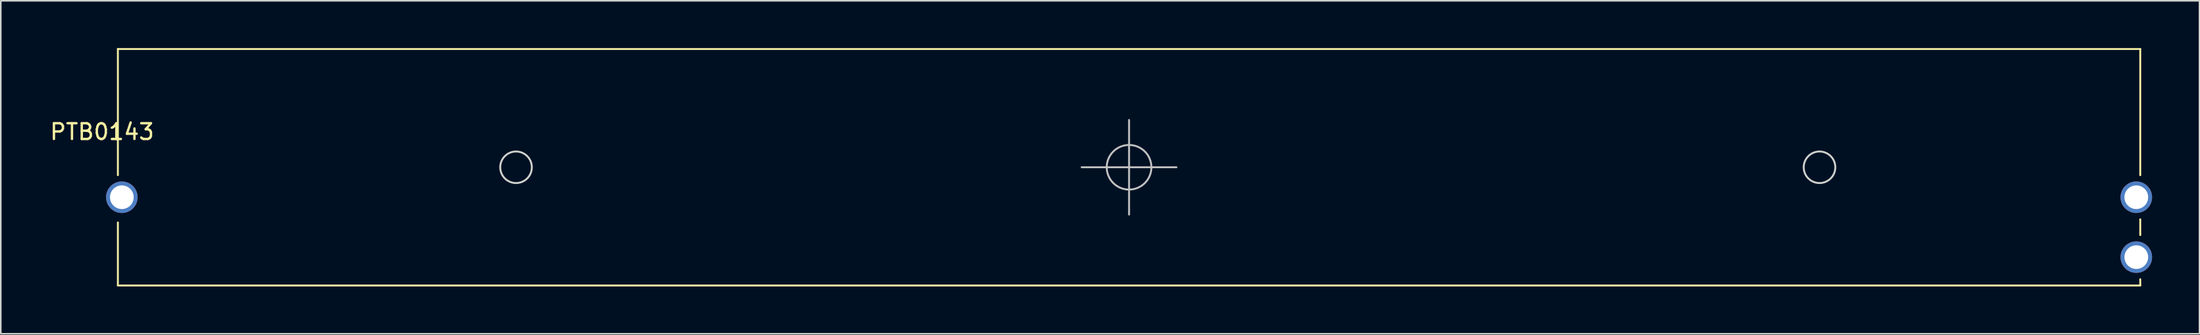
<source format=kicad_pcb>
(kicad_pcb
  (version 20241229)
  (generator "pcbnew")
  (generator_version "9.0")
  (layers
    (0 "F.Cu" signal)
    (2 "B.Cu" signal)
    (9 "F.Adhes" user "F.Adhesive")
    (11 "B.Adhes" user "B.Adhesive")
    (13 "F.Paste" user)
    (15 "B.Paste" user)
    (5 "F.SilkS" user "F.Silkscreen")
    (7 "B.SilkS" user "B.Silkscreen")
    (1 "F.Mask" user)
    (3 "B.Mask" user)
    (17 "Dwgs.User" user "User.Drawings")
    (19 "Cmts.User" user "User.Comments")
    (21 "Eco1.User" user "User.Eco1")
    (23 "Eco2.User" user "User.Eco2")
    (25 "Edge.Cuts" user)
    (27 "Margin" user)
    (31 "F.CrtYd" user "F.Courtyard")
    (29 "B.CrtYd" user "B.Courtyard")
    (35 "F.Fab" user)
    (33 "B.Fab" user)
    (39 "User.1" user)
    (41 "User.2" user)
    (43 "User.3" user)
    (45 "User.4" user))
  (footprint "PTB0143"
    (layer "F.Cu")
    (at 68.411 7.56)
    (property "Reference" "PTB0143" (at -65 -2.25 0) (unlocked yes) (layer "F.SilkS") (effects (font (size 1 1) (thickness 0.15))))
    (attr through_hole)
    (fp_line (start -64 -7.5) (end -64 0.5) (stroke (width 0.12) (type solid)) (layer "F.SilkS"))
    (fp_line (start -64 -7.5) (end 64 -7.5) (stroke (width 0.12) (type solid)) (layer "F.SilkS"))
    (fp_line (start -64 7.5) (end -64 3.5) (stroke (width 0.12) (type solid)) (layer "F.SilkS"))
    (fp_line (start -64 7.5) (end 64 7.5) (stroke (width 0.12) (type solid)) (layer "F.SilkS"))
    (fp_line (start 64 -7.5) (end 64 0.5) (stroke (width 0.12) (type solid)) (layer "F.SilkS"))
    (fp_line (start 64 3.3) (end 64 4.3) (stroke (width 0.12) (type solid)) (layer "F.SilkS"))
    (fp_line (start 64 7.5) (end 64 7.1) (stroke (width 0.12) (type solid)) (layer "F.SilkS"))
    (fp_line (start -3 0) (end 3 0) (stroke (width 0.12) (type solid)) (layer "Dwgs.User"))
    (fp_line (start 0 -3) (end 0 3) (stroke (width 0.12) (type solid)) (layer "Dwgs.User"))
    (fp_circle (center 0 0) (end 1.414 0) (stroke (width 0.12) (type solid)) (fill no) (layer "Dwgs.User"))
    (fp_circle (center -38.8 0) (end -37.8 0) (stroke (width 0.12) (type solid)) (fill no) (layer "Edge.Cuts"))
    (fp_circle (center 43.7 0) (end 44.7 0) (stroke (width 0.12) (type solid)) (fill no) (layer "Edge.Cuts"))
    (pad "1" thru_hole circle (at 63.75 1.9) (size 2 2) (drill 1.5) (layers "*.Cu" "*.Mask"))
    (pad "2" thru_hole circle (at 63.75 5.7) (size 2 2) (drill 1.5) (layers "*.Cu" "*.Mask"))
    (pad "3" thru_hole circle (at -63.75 1.9) (size 2 2) (drill 1.5) (layers "*.Cu" "*.Mask")))
  (gr_rect
    (start -3 -3)
    (end 136.161 18.12)
    (stroke (width 0.1) (type default))
    (fill no)
    (layer "Edge.Cuts")))
</source>
